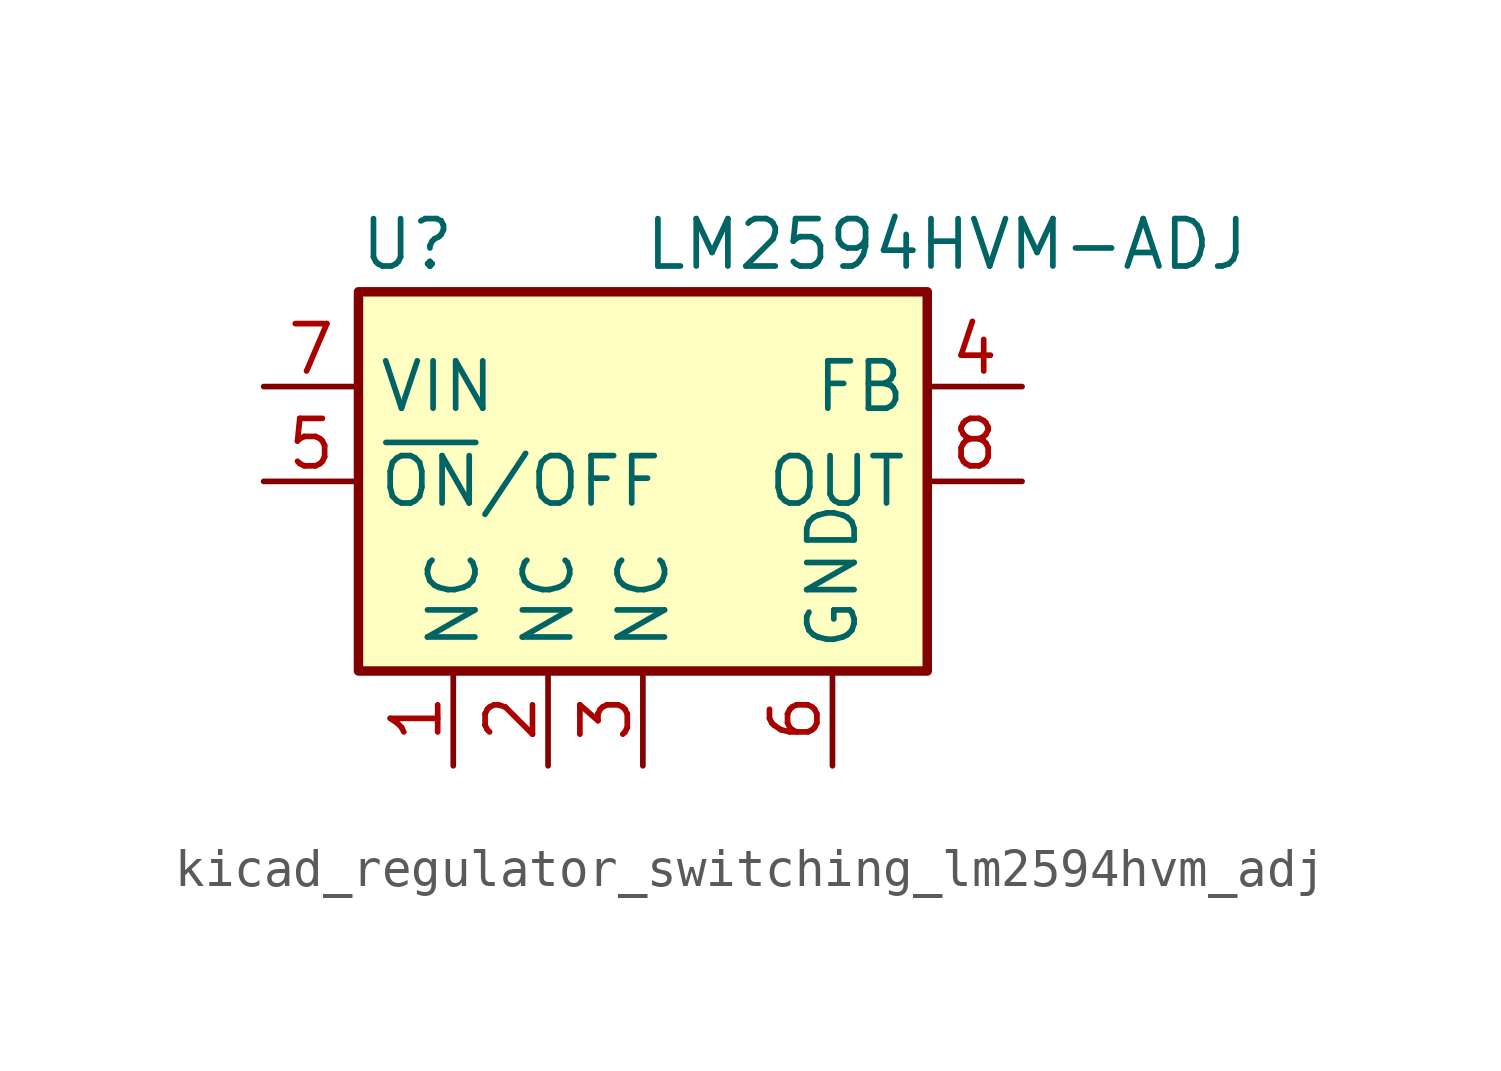
<source format=kicad_sym>
(kicad_symbol_lib
  (version 20220914)
  (generator kicad_symbol_editor)
  (symbol "kicad_regulator_switching_lm2594hvm_adj"
    (property "Reference" "U"
      (at -7.62 6.35 0)
      (effects (font (size 1.27 1.27)) (justify left)))
    (property "Value" "LM2594HVM-ADJ"
      (at 0 6.35 0)
      (effects (font (size 1.27 1.27)) (justify left)))
    (symbol "kicad_regulator_switching_lm2594hvm_adj_0_1"
      (rectangle (start -7.62 5.08) (end 7.62 -5.08) (stroke (width 0.254) (type default)) (fill (type background))))
    (symbol "kicad_regulator_switching_lm2594hvm_adj_1_1"
      (pin passive line (at -5.08 -7.62 90) (length 2.54) (name "NC" (effects (font (size 1.27 1.27)))) (number "1" (effects (font (size 1.27 1.27)))))
      (pin passive line (at -2.54 -7.62 90) (length 2.54) (name "NC" (effects (font (size 1.27 1.27)))) (number "2" (effects (font (size 1.27 1.27)))))
      (pin passive line (at 0 -7.62 90) (length 2.54) (name "NC" (effects (font (size 1.27 1.27)))) (number "3" (effects (font (size 1.27 1.27)))))
      (pin input line (at 10.16 2.54 180) (length 2.54) (name "FB" (effects (font (size 1.27 1.27)))) (number "4" (effects (font (size 1.27 1.27)))))
      (pin input line (at -10.16 0 0) (length 2.54) (name "~{ON}/OFF" (effects (font (size 1.27 1.27)))) (number "5" (effects (font (size 1.27 1.27)))))
      (pin power_in line (at 5.08 -7.62 90) (length 2.54) (name "GND" (effects (font (size 1.27 1.27)))) (number "6" (effects (font (size 1.27 1.27)))))
      (pin power_in line (at -10.16 2.54 0) (length 2.54) (name "VIN" (effects (font (size 1.27 1.27)))) (number "7" (effects (font (size 1.27 1.27)))))
      (pin output line (at 10.16 0 180) (length 2.54) (name "OUT" (effects (font (size 1.27 1.27)))) (number "8" (effects (font (size 1.27 1.27))))))))
</source>
